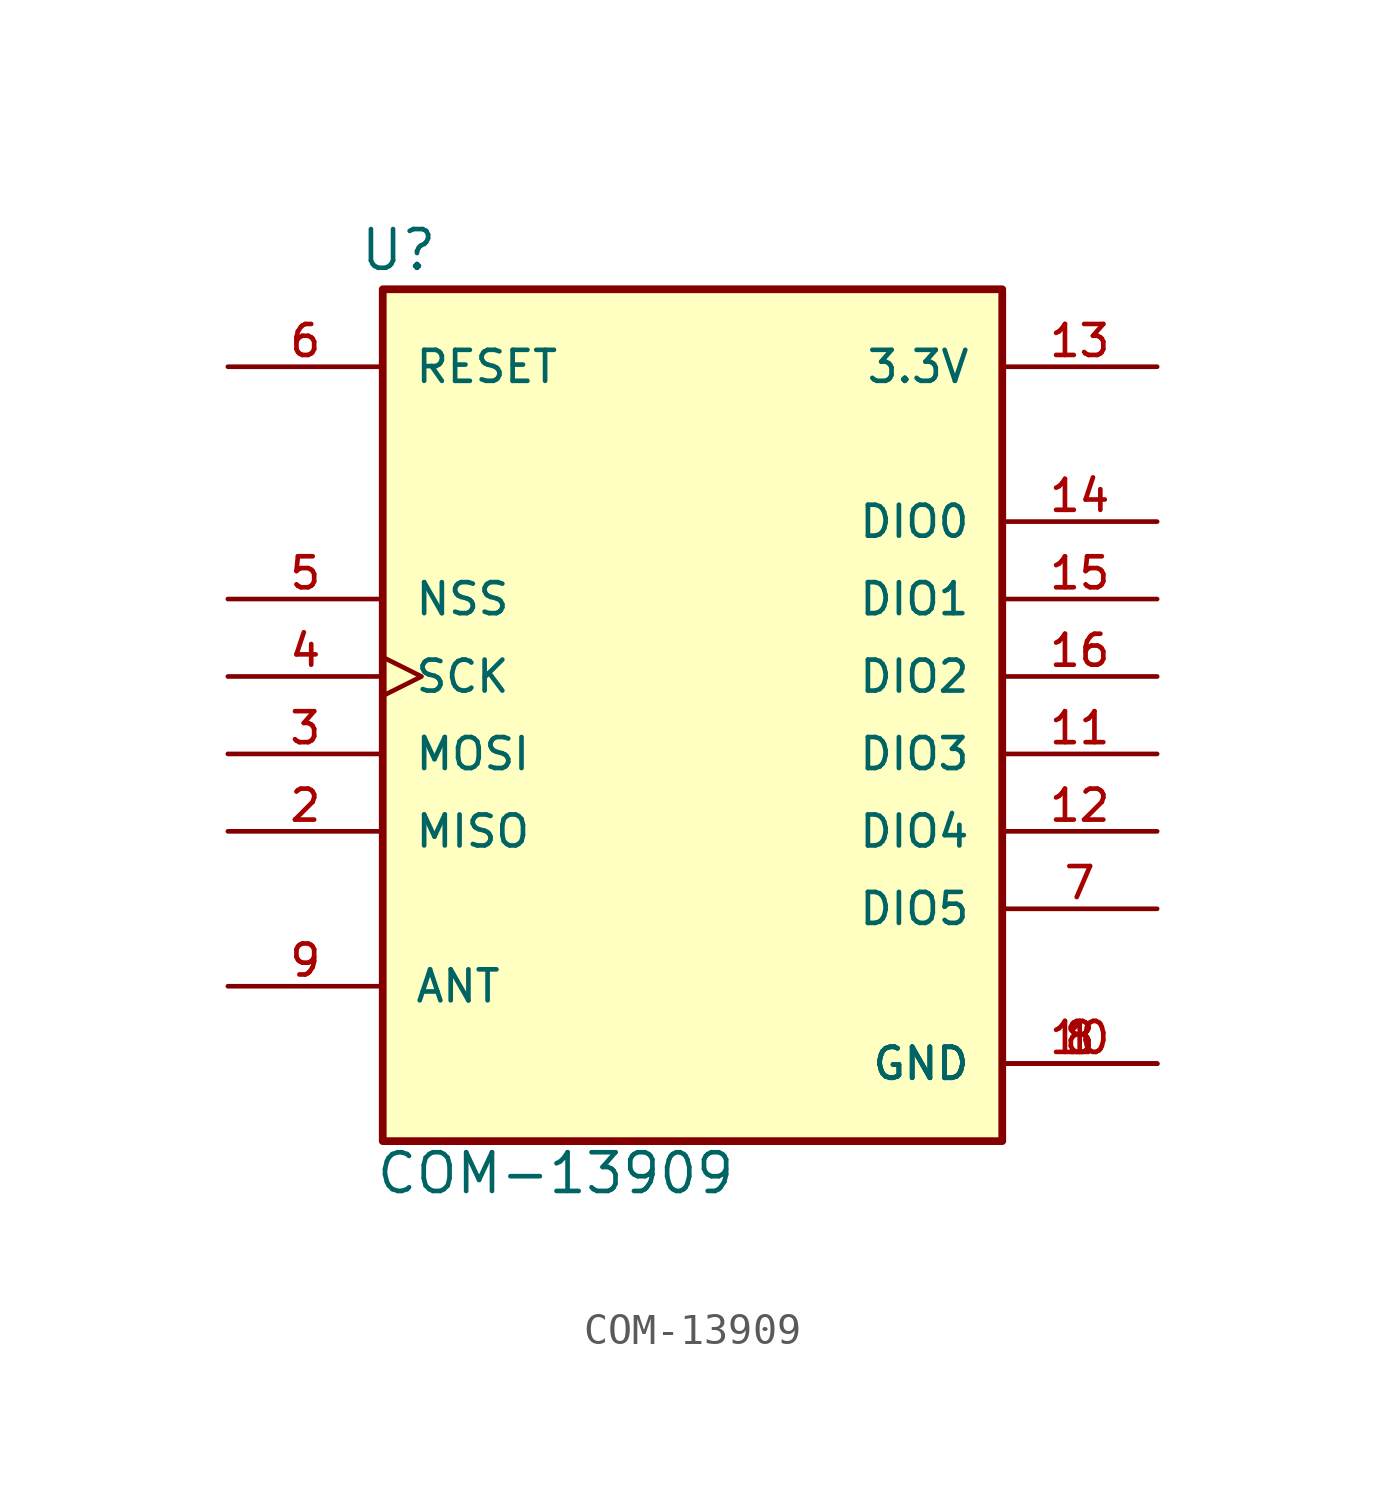
<source format=kicad_sym>
(kicad_symbol_lib
  (version 20211014)
  (generator kicad_symbol_editor)
  (symbol "COM-13909"
    (pin_names
      (offset 1.016))
    (property "Reference" "U"
      (at -10.95 13.242 0)
      (effects (font (size 1.27 1.27)) (justify bottom left)))
    (property "Value" "COM-13909"
      (at -10.427 -17.038 0)
      (effects (font (size 1.27 1.27)) (justify bottom left)))
    (symbol "COM-13909_0_0"
      (rectangle (start -10.16 -15.24) (end 10.16 12.7) (stroke (width 0.254)) (fill (type background)))
      (pin power_in line (at 15.24 -12.7 180.0) (length 5.08) (name "GND" (effects (font (size 1.016 1.016)))) (number "1" (effects (font (size 1.016 1.016)))))
      (pin power_in line (at 15.24 -12.7 180.0) (length 5.08) (name "GND" (effects (font (size 1.016 1.016)))) (number "8" (effects (font (size 1.016 1.016)))))
      (pin power_in line (at 15.24 -12.7 180.0) (length 5.08) (name "GND" (effects (font (size 1.016 1.016)))) (number "10" (effects (font (size 1.016 1.016)))))
      (pin bidirectional line (at 15.24 5.08 180.0) (length 5.08) (name "DIO0" (effects (font (size 1.016 1.016)))) (number "14" (effects (font (size 1.016 1.016)))))
      (pin bidirectional line (at -15.24 10.16 0) (length 5.08) (name "RESET" (effects (font (size 1.016 1.016)))) (number "6" (effects (font (size 1.016 1.016)))))
      (pin power_in line (at 15.24 10.16 180.0) (length 5.08) (name "3.3V" (effects (font (size 1.016 1.016)))) (number "13" (effects (font (size 1.016 1.016)))))
      (pin input line (at -15.24 -5.08 0) (length 5.08) (name "MISO" (effects (font (size 1.016 1.016)))) (number "2" (effects (font (size 1.016 1.016)))))
      (pin input line (at -15.24 2.54 0) (length 5.08) (name "NSS" (effects (font (size 1.016 1.016)))) (number "5" (effects (font (size 1.016 1.016)))))
      (pin input clock (at -15.24 0.0 0) (length 5.08) (name "SCK" (effects (font (size 1.016 1.016)))) (number "4" (effects (font (size 1.016 1.016)))))
      (pin bidirectional line (at -15.24 -10.16 0) (length 5.08) (name "ANT" (effects (font (size 1.016 1.016)))) (number "9" (effects (font (size 1.016 1.016)))))
      (pin bidirectional line (at 15.24 2.54 180.0) (length 5.08) (name "DIO1" (effects (font (size 1.016 1.016)))) (number "15" (effects (font (size 1.016 1.016)))))
      (pin bidirectional line (at 15.24 0.0 180.0) (length 5.08) (name "DIO2" (effects (font (size 1.016 1.016)))) (number "16" (effects (font (size 1.016 1.016)))))
      (pin bidirectional line (at 15.24 -2.54 180.0) (length 5.08) (name "DIO3" (effects (font (size 1.016 1.016)))) (number "11" (effects (font (size 1.016 1.016)))))
      (pin bidirectional line (at 15.24 -5.08 180.0) (length 5.08) (name "DIO4" (effects (font (size 1.016 1.016)))) (number "12" (effects (font (size 1.016 1.016)))))
      (pin output line (at -15.24 -2.54 0) (length 5.08) (name "MOSI" (effects (font (size 1.016 1.016)))) (number "3" (effects (font (size 1.016 1.016)))))
      (pin bidirectional line (at 15.24 -7.62 180.0) (length 5.08) (name "DIO5" (effects (font (size 1.016 1.016)))) (number "7" (effects (font (size 1.016 1.016))))))))
</source>
